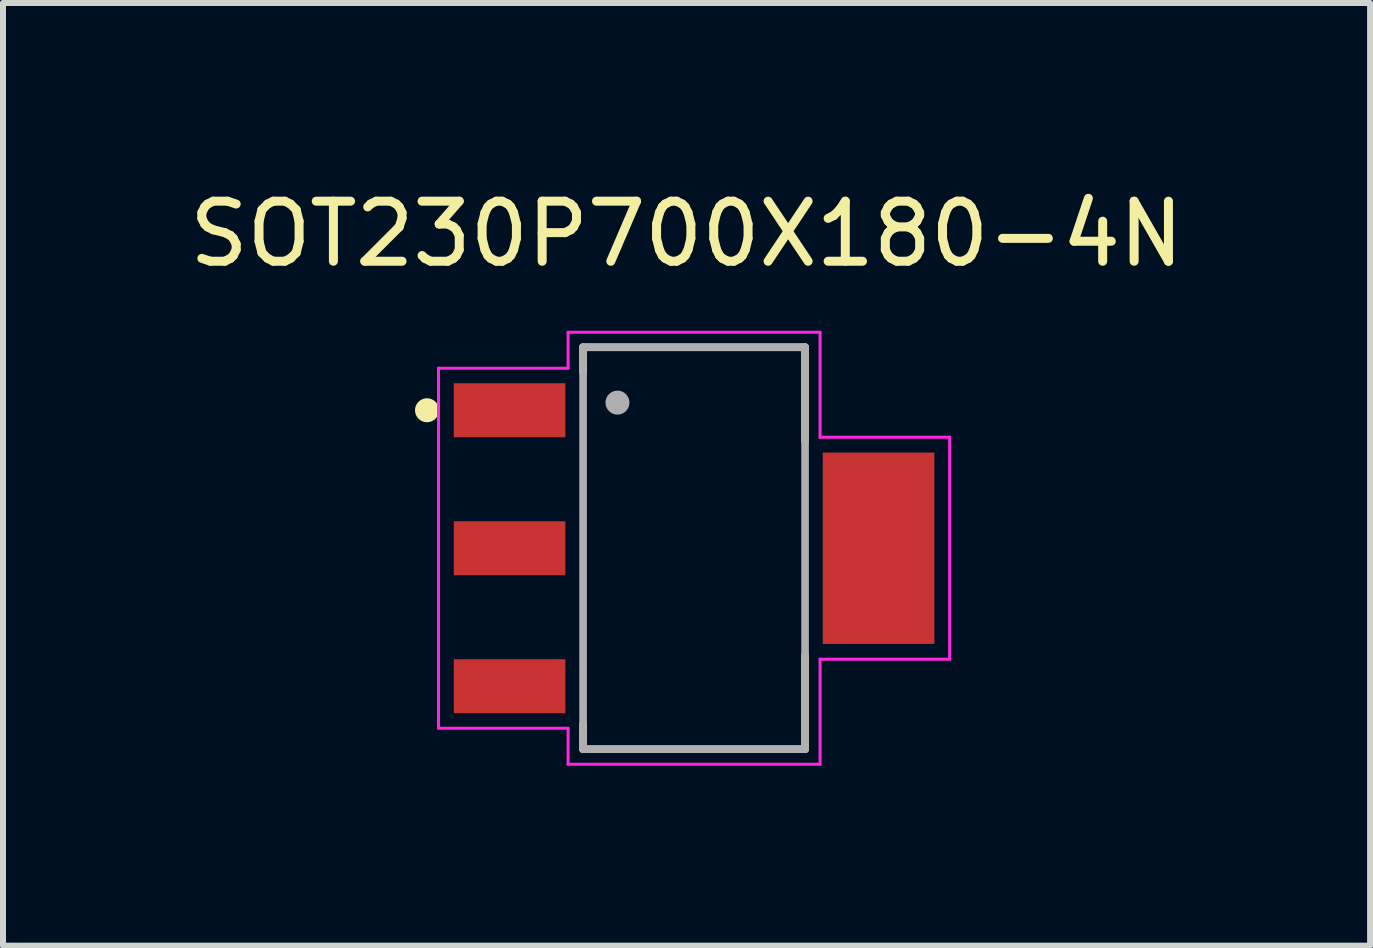
<source format=kicad_pcb>
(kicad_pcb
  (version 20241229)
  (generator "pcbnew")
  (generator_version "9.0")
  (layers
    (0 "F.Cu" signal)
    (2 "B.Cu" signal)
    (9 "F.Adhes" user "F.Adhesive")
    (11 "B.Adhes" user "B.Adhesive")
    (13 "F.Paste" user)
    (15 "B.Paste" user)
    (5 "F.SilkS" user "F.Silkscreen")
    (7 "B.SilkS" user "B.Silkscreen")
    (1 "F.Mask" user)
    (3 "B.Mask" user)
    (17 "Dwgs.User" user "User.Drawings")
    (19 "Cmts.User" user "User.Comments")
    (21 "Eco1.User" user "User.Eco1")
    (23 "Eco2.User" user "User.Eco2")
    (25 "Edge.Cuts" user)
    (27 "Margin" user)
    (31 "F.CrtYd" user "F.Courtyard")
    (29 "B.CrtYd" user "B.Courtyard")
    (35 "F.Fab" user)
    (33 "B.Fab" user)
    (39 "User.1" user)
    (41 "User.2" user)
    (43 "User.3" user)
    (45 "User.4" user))
  (footprint "SOT230P700X180-4N"
    (layer "F.Cu")
    (at 8.519 6.088)
    (property "Reference" "SOT230P700X180-4N" (at -0.125 -5.239 0) (layer "F.SilkS") (effects (font (size 1.001 1.001) (thickness 0.15))))
    (attr smd)
    (fp_line (start -1.85 -3.35) (end 1.85 -3.35) (stroke (width 0.127) (type solid)) (layer "F.SilkS"))
    (fp_line (start -1.85 -2.933) (end -1.85 -3.35) (stroke (width 0.127) (type solid)) (layer "F.SilkS"))
    (fp_line (start -1.85 2.933) (end -1.85 3.35) (stroke (width 0.127) (type solid)) (layer "F.SilkS"))
    (fp_line (start -1.85 3.35) (end 1.85 3.35) (stroke (width 0.127) (type solid)) (layer "F.SilkS"))
    (fp_line (start 1.85 -3.35) (end 1.85 -1.778) (stroke (width 0.127) (type solid)) (layer "F.SilkS"))
    (fp_line (start 1.85 3.35) (end 1.85 1.778) (stroke (width 0.127) (type solid)) (layer "F.SilkS"))
    (fp_circle (center -4.452 -2.3) (end -4.352 -2.3) (stroke (width 0.2) (type solid)) (fill no) (layer "F.SilkS"))
    (fp_line (start -4.26 -3) (end -4.26 3) (stroke (width 0.05) (type solid)) (layer "F.CrtYd"))
    (fp_line (start -4.26 3) (end -2.1 3) (stroke (width 0.05) (type solid)) (layer "F.CrtYd"))
    (fp_line (start -2.1 -3.6) (end -2.1 -3) (stroke (width 0.05) (type solid)) (layer "F.CrtYd"))
    (fp_line (start -2.1 -3) (end -4.26 -3) (stroke (width 0.05) (type solid)) (layer "F.CrtYd"))
    (fp_line (start -2.1 3) (end -2.1 3.6) (stroke (width 0.05) (type solid)) (layer "F.CrtYd"))
    (fp_line (start -2.1 3.6) (end 2.1 3.6) (stroke (width 0.05) (type solid)) (layer "F.CrtYd"))
    (fp_line (start 2.1 -3.6) (end -2.1 -3.6) (stroke (width 0.05) (type solid)) (layer "F.CrtYd"))
    (fp_line (start 2.1 -1.85) (end 2.1 -3.6) (stroke (width 0.05) (type solid)) (layer "F.CrtYd"))
    (fp_line (start 2.1 1.85) (end 4.26 1.85) (stroke (width 0.05) (type solid)) (layer "F.CrtYd"))
    (fp_line (start 2.1 3.6) (end 2.1 1.85) (stroke (width 0.05) (type solid)) (layer "F.CrtYd"))
    (fp_line (start 4.26 -1.85) (end 2.1 -1.85) (stroke (width 0.05) (type solid)) (layer "F.CrtYd"))
    (fp_line (start 4.26 1.85) (end 4.26 -1.85) (stroke (width 0.05) (type solid)) (layer "F.CrtYd"))
    (fp_line (start -1.85 -3.35) (end 1.85 -3.35) (stroke (width 0.127) (type solid)) (layer "F.Fab"))
    (fp_line (start -1.85 3.35) (end -1.85 -3.35) (stroke (width 0.127) (type solid)) (layer "F.Fab"))
    (fp_line (start -1.85 3.35) (end 1.85 3.35) (stroke (width 0.127) (type solid)) (layer "F.Fab"))
    (fp_line (start 1.85 -3.35) (end 1.85 3.35) (stroke (width 0.127) (type solid)) (layer "F.Fab"))
    (fp_circle (center -1.277 -2.427) (end -1.177 -2.427) (stroke (width 0.2) (type solid)) (fill no) (layer "F.Fab"))
    (pad "1" smd rect (at -3.075 -2.3 180) (size 1.86 0.9) (layers "F.Cu" "F.Mask" "F.Paste"))
    (pad "2" smd rect (at -3.075 0 180) (size 1.86 0.9) (layers "F.Cu" "F.Mask" "F.Paste"))
    (pad "3" smd rect (at -3.075 2.3 180) (size 1.86 0.9) (layers "F.Cu" "F.Mask" "F.Paste"))
    (pad "4" smd rect (at 3.075 0) (size 1.86 3.19) (layers "F.Cu" "F.Mask" "F.Paste")))
  (gr_rect
    (start -3 -3)
    (end 19.787 12.713)
    (stroke (width 0.1) (type default))
    (fill no)
    (layer "Edge.Cuts")))
</source>
